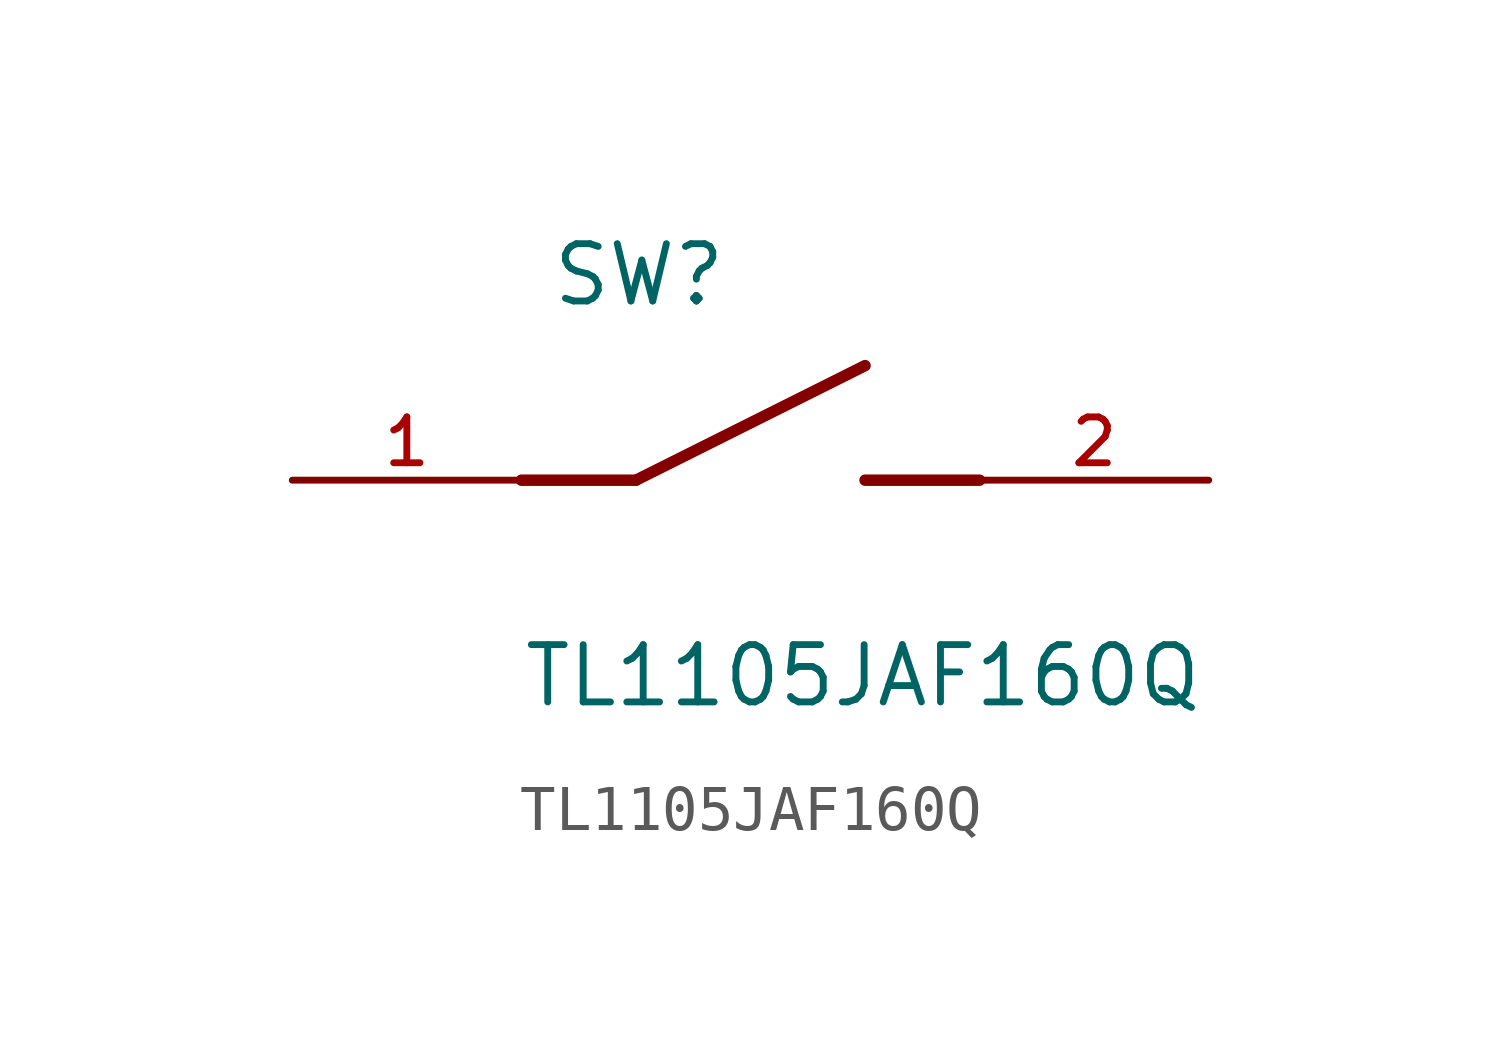
<source format=kicad_sym>
(kicad_symbol_lib
  (version 20211014)
  (generator kicad_symbol_editor)
  (symbol "TL1105JAF160Q"
    (pin_names
      (offset 1.016) hide)
    (property "Reference" "SW"
      (at -4.445 3.81 0)
      (effects (font (size 1.27 1.27)) (justify left bottom)))
    (property "Value" "TL1105JAF160Q"
      (at -5.08 -5.08 0)
      (effects (font (size 1.27 1.27)) (justify left bottom)))
    (property "ki_locked" ""
      (at 0 0 0)
      (effects (font (size 1.27 1.27))))
    (symbol "TL1105JAF160Q_0_0"
      (polyline (pts (xy -5.08 0) (xy -2.54 0)) (stroke (width 0.254) (type default) (color 0 0 0 0)) (fill (type none)))
      (polyline (pts (xy -2.54 0) (xy 2.54 2.54)) (stroke (width 0.254) (type default) (color 0 0 0 0)) (fill (type none)))
      (polyline (pts (xy 5.08 0) (xy 2.54 0)) (stroke (width 0.254) (type default) (color 0 0 0 0)) (fill (type none)))
      (pin passive line (at -10.16 0 0) (length 5.08) (name "~" (effects (font (size 1.016 1.016)))) (number "1" (effects (font (size 1.016 1.016)))))
      (pin passive line (at 10.16 0 180) (length 5.08) (name "~" (effects (font (size 1.016 1.016)))) (number "2" (effects (font (size 1.016 1.016))))))))
</source>
